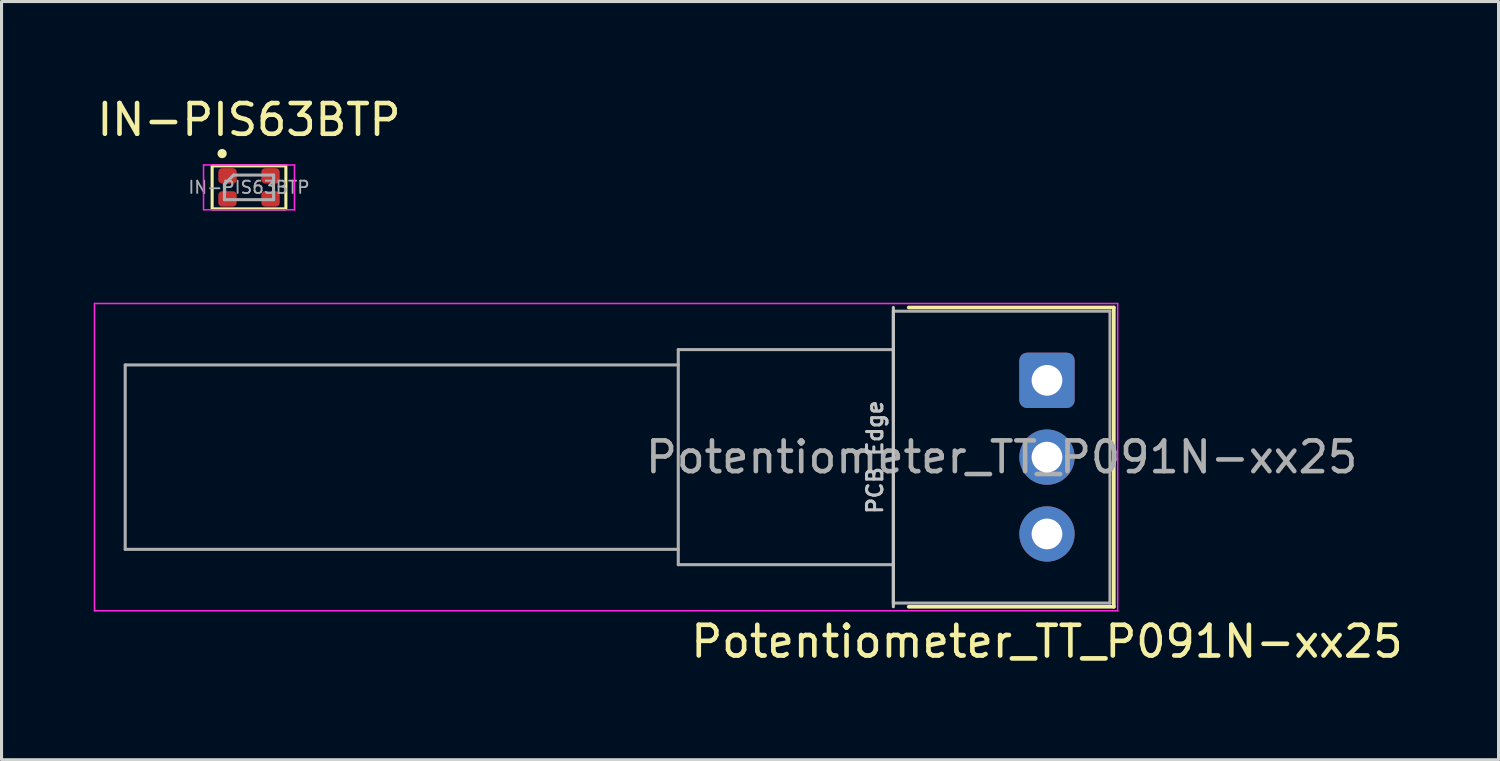
<source format=kicad_pcb>
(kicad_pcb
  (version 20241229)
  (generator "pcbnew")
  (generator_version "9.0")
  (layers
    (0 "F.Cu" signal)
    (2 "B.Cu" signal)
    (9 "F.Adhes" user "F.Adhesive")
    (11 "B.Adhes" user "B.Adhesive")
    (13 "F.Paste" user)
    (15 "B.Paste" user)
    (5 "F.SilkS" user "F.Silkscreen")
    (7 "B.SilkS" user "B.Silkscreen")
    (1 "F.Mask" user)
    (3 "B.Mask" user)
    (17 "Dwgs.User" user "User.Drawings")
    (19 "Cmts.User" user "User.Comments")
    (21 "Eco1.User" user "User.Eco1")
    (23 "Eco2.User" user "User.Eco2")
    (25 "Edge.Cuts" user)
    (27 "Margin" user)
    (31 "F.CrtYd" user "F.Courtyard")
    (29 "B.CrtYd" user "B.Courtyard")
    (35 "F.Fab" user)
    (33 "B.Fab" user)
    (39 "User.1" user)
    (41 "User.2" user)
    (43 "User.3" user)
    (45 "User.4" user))
  (footprint "IN-PIS63BTP"
    (layer "F.Cu")
    (at 5.054 3.048)
    (property "Reference" "IN-PIS63BTP" (at 0 -2.2 0) (layer "F.SilkS") (effects (font (size 1 1) (thickness 0.15))))
    (attr smd)
    (fp_rect (start -1.2 -0.7) (end 1.2 0.7) (stroke (width 0.1) (type solid)) (fill no) (layer "F.SilkS"))
    (fp_circle (center -0.875 -1.1) (end -0.775 -1.1) (stroke (width 0.1) (type solid)) (fill yes) (layer "F.SilkS"))
    (fp_line (start -1.48 -0.73) (end 1.48 -0.73) (stroke (width 0.05) (type solid)) (layer "F.CrtYd"))
    (fp_line (start -1.48 0.73) (end -1.48 -0.73) (stroke (width 0.05) (type solid)) (layer "F.CrtYd"))
    (fp_line (start 1.48 -0.73) (end 1.48 0.73) (stroke (width 0.05) (type solid)) (layer "F.CrtYd"))
    (fp_line (start 1.48 0.73) (end -1.48 0.73) (stroke (width 0.05) (type solid)) (layer "F.CrtYd"))
    (fp_line (start -0.8 -0.1) (end -0.8 0.4) (stroke (width 0.1) (type solid)) (layer "F.Fab"))
    (fp_line (start -0.8 0.4) (end 0.8 0.4) (stroke (width 0.1) (type solid)) (layer "F.Fab"))
    (fp_line (start -0.5 -0.4) (end -0.8 -0.1) (stroke (width 0.1) (type solid)) (layer "F.Fab"))
    (fp_line (start 0.8 -0.4) (end -0.5 -0.4) (stroke (width 0.1) (type solid)) (layer "F.Fab"))
    (fp_line (start 0.8 0.4) (end 0.8 -0.4) (stroke (width 0.1) (type solid)) (layer "F.Fab"))
    (fp_text user "${REFERENCE}" (at 0 0 0) (layer "F.Fab") (effects (font (size 0.4 0.4) (thickness 0.06))))
    (pad "1" smd roundrect (at -0.7 -0.375) (size 0.6 0.5) (layers "F.Cu" "F.Mask" "F.Paste") (roundrect_rratio 0.25))
    (pad "2" smd roundrect (at -0.7 0.375) (size 0.6 0.5) (layers "F.Cu" "F.Mask" "F.Paste") (roundrect_rratio 0.25))
    (pad "3" smd roundrect (at 0.7 0.375) (size 0.6 0.5) (layers "F.Cu" "F.Mask" "F.Paste") (roundrect_rratio 0.25))
    (pad "4" smd roundrect (at 0.7 -0.375) (size 0.6 0.5) (layers "F.Cu" "F.Mask" "F.Paste") (roundrect_rratio 0.25)))
  (footprint "Potentiometer_TT_P091N-xx25"
    (layer "F.Cu")
    (at 31.025 9.328)
    (property "Reference" "Potentiometer_TT_P091N-xx25" (at 0 8.5 180) (layer "F.SilkS") (effects (font (size 1 1) (thickness 0.15))))
    (attr through_hole)
    (fp_line (start 2.175 -2.37) (end -4.5 -2.37) (stroke (width 0.12) (type solid)) (layer "F.SilkS"))
    (fp_line (start 2.175 7.37) (end -4.5 7.37) (stroke (width 0.12) (type solid)) (layer "F.SilkS"))
    (fp_line (start 2.175 7.37) (end 2.175 -2.37) (stroke (width 0.12) (type solid)) (layer "F.SilkS"))
    (fp_line (start -5 -2.37) (end -5 7.37) (stroke (width 0.1) (type solid)) (layer "Dwgs.User"))
    (fp_line (start -31 -2.5) (end -31 7.5) (stroke (width 0.05) (type solid)) (layer "F.CrtYd"))
    (fp_line (start -31 7.5) (end 2.3 7.5) (stroke (width 0.05) (type solid)) (layer "F.CrtYd"))
    (fp_line (start 2.3 -2.5) (end -31 -2.5) (stroke (width 0.05) (type solid)) (layer "F.CrtYd"))
    (fp_line (start 2.3 7.5) (end 2.3 -2.5) (stroke (width 0.05) (type solid)) (layer "F.CrtYd"))
    (fp_line (start -30 -0.5) (end -30 5.5) (stroke (width 0.1) (type solid)) (layer "F.Fab"))
    (fp_line (start -30 5.5) (end -12 5.5) (stroke (width 0.1) (type solid)) (layer "F.Fab"))
    (fp_line (start -12 -1) (end -12 6) (stroke (width 0.1) (type solid)) (layer "F.Fab"))
    (fp_line (start -12 -0.5) (end -30 -0.5) (stroke (width 0.1) (type solid)) (layer "F.Fab"))
    (fp_line (start -12 6) (end -5 6) (stroke (width 0.1) (type solid)) (layer "F.Fab"))
    (fp_line (start -5 -2.25) (end -5 7.25) (stroke (width 0.1) (type solid)) (layer "F.Fab"))
    (fp_line (start -5 -1) (end -12 -1) (stroke (width 0.1) (type solid)) (layer "F.Fab"))
    (fp_line (start -5 7.25) (end 2.05 7.25) (stroke (width 0.1) (type solid)) (layer "F.Fab"))
    (fp_line (start 2.05 -2.25) (end -5 -2.25) (stroke (width 0.1) (type solid)) (layer "F.Fab"))
    (fp_line (start 2.05 7.25) (end 2.05 -2.25) (stroke (width 0.1) (type solid)) (layer "F.Fab"))
    (fp_text user "PCB Edge" (at -5.6 2.5 90) (unlocked yes) (layer "Dwgs.User") (effects (font (size 0.5 0.5) (thickness 0.1))))
    (fp_text user "${REFERENCE}" (at -1.475 2.5 180) (layer "F.Fab") (effects (font (size 1 1) (thickness 0.15))))
    (pad "1" thru_hole roundrect (at 0 0 180) (size 1.8 1.8) (drill 1) (layers "*.Cu" "*.Mask") (roundrect_rratio 0.139))
    (pad "2" thru_hole circle (at 0 2.5 180) (size 1.8 1.8) (drill 1) (layers "*.Cu" "*.Mask"))
    (pad "3" thru_hole circle (at 0 5 180) (size 1.8 1.8) (drill 1) (layers "*.Cu" "*.Mask")))
  (gr_rect
    (start -3 -3)
    (end 45.721 21.677)
    (stroke (width 0.1) (type default))
    (fill no)
    (layer "Edge.Cuts")))
</source>
